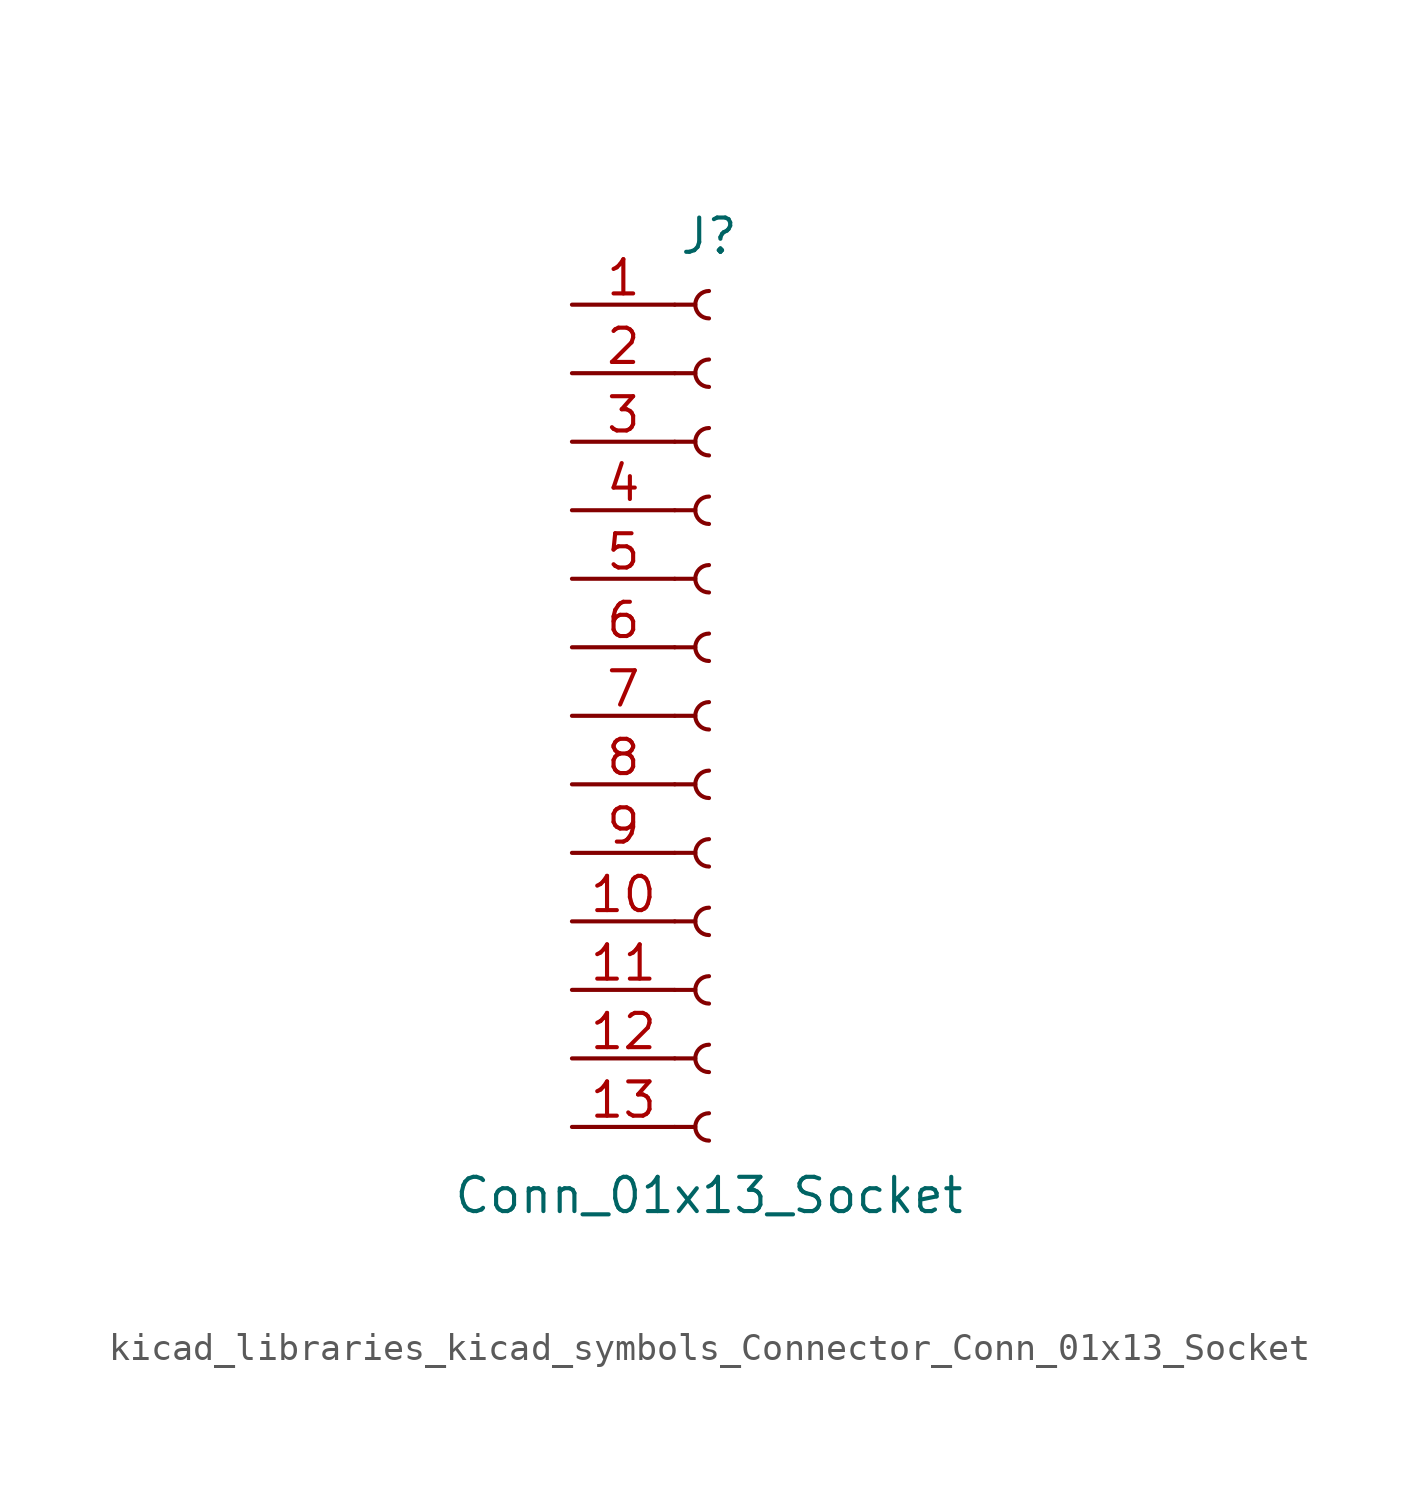
<source format=kicad_sym>
(kicad_symbol_lib
  (version 20220914)
  (generator kicad_symbol_editor)
  (symbol "kicad_libraries_kicad_symbols_Connector_Conn_01x13_Socket"
    (pin_names
      (offset 1.016) hide)
    (property "Reference" "J"
      (at 0 17.78 0)
      (effects (font (size 1.27 1.27))))
    (property "Value" "Conn_01x13_Socket"
      (at 0 -17.78 0)
      (effects (font (size 1.27 1.27))))
    (property "ki_locked" ""
      (at 0 0 0)
      (effects (font (size 1.27 1.27))))
    (symbol "kicad_libraries_kicad_symbols_Connector_Conn_01x13_Socket_1_1"
      (arc (start 0 -14.732) (mid -0.5058 -15.24) (end 0 -15.748) (stroke (width 0.1524) (type default)) (fill (type none)))
      (arc (start 0 -12.192) (mid -0.5058 -12.7) (end 0 -13.208) (stroke (width 0.1524) (type default)) (fill (type none)))
      (arc (start 0 -9.652) (mid -0.5058 -10.16) (end 0 -10.668) (stroke (width 0.1524) (type default)) (fill (type none)))
      (arc (start 0 -7.112) (mid -0.5058 -7.62) (end 0 -8.128) (stroke (width 0.1524) (type default)) (fill (type none)))
      (arc (start 0 -4.572) (mid -0.5058 -5.08) (end 0 -5.588) (stroke (width 0.1524) (type default)) (fill (type none)))
      (arc (start 0 -2.032) (mid -0.5058 -2.54) (end 0 -3.048) (stroke (width 0.1524) (type default)) (fill (type none)))
      (polyline (pts (xy -1.27 -15.24) (xy -0.508 -15.24)) (stroke (width 0.152) (type default)) (fill (type none)))
      (polyline (pts (xy -1.27 -12.7) (xy -0.508 -12.7)) (stroke (width 0.152) (type default)) (fill (type none)))
      (polyline (pts (xy -1.27 -10.16) (xy -0.508 -10.16)) (stroke (width 0.152) (type default)) (fill (type none)))
      (polyline (pts (xy -1.27 -7.62) (xy -0.508 -7.62)) (stroke (width 0.152) (type default)) (fill (type none)))
      (polyline (pts (xy -1.27 -5.08) (xy -0.508 -5.08)) (stroke (width 0.152) (type default)) (fill (type none)))
      (polyline (pts (xy -1.27 -2.54) (xy -0.508 -2.54)) (stroke (width 0.152) (type default)) (fill (type none)))
      (polyline (pts (xy -1.27 0) (xy -0.508 0)) (stroke (width 0.152) (type default)) (fill (type none)))
      (polyline (pts (xy -1.27 2.54) (xy -0.508 2.54)) (stroke (width 0.152) (type default)) (fill (type none)))
      (polyline (pts (xy -1.27 5.08) (xy -0.508 5.08)) (stroke (width 0.152) (type default)) (fill (type none)))
      (polyline (pts (xy -1.27 7.62) (xy -0.508 7.62)) (stroke (width 0.152) (type default)) (fill (type none)))
      (polyline (pts (xy -1.27 10.16) (xy -0.508 10.16)) (stroke (width 0.152) (type default)) (fill (type none)))
      (polyline (pts (xy -1.27 12.7) (xy -0.508 12.7)) (stroke (width 0.152) (type default)) (fill (type none)))
      (polyline (pts (xy -1.27 15.24) (xy -0.508 15.24)) (stroke (width 0.152) (type default)) (fill (type none)))
      (arc (start 0 0.508) (mid -0.5058 0) (end 0 -0.508) (stroke (width 0.1524) (type default)) (fill (type none)))
      (arc (start 0 3.048) (mid -0.5058 2.54) (end 0 2.032) (stroke (width 0.1524) (type default)) (fill (type none)))
      (arc (start 0 5.588) (mid -0.5058 5.08) (end 0 4.572) (stroke (width 0.1524) (type default)) (fill (type none)))
      (arc (start 0 8.128) (mid -0.5058 7.62) (end 0 7.112) (stroke (width 0.1524) (type default)) (fill (type none)))
      (arc (start 0 10.668) (mid -0.5058 10.16) (end 0 9.652) (stroke (width 0.1524) (type default)) (fill (type none)))
      (arc (start 0 13.208) (mid -0.5058 12.7) (end 0 12.192) (stroke (width 0.1524) (type default)) (fill (type none)))
      (arc (start 0 15.748) (mid -0.5058 15.24) (end 0 14.732) (stroke (width 0.1524) (type default)) (fill (type none)))
      (pin passive line (at -5.08 15.24 0) (length 3.81) (name "Pin_1" (effects (font (size 1.27 1.27)))) (number "1" (effects (font (size 1.27 1.27)))))
      (pin passive line (at -5.08 -7.62 0) (length 3.81) (name "Pin_10" (effects (font (size 1.27 1.27)))) (number "10" (effects (font (size 1.27 1.27)))))
      (pin passive line (at -5.08 -10.16 0) (length 3.81) (name "Pin_11" (effects (font (size 1.27 1.27)))) (number "11" (effects (font (size 1.27 1.27)))))
      (pin passive line (at -5.08 -12.7 0) (length 3.81) (name "Pin_12" (effects (font (size 1.27 1.27)))) (number "12" (effects (font (size 1.27 1.27)))))
      (pin passive line (at -5.08 -15.24 0) (length 3.81) (name "Pin_13" (effects (font (size 1.27 1.27)))) (number "13" (effects (font (size 1.27 1.27)))))
      (pin passive line (at -5.08 12.7 0) (length 3.81) (name "Pin_2" (effects (font (size 1.27 1.27)))) (number "2" (effects (font (size 1.27 1.27)))))
      (pin passive line (at -5.08 10.16 0) (length 3.81) (name "Pin_3" (effects (font (size 1.27 1.27)))) (number "3" (effects (font (size 1.27 1.27)))))
      (pin passive line (at -5.08 7.62 0) (length 3.81) (name "Pin_4" (effects (font (size 1.27 1.27)))) (number "4" (effects (font (size 1.27 1.27)))))
      (pin passive line (at -5.08 5.08 0) (length 3.81) (name "Pin_5" (effects (font (size 1.27 1.27)))) (number "5" (effects (font (size 1.27 1.27)))))
      (pin passive line (at -5.08 2.54 0) (length 3.81) (name "Pin_6" (effects (font (size 1.27 1.27)))) (number "6" (effects (font (size 1.27 1.27)))))
      (pin passive line (at -5.08 0 0) (length 3.81) (name "Pin_7" (effects (font (size 1.27 1.27)))) (number "7" (effects (font (size 1.27 1.27)))))
      (pin passive line (at -5.08 -2.54 0) (length 3.81) (name "Pin_8" (effects (font (size 1.27 1.27)))) (number "8" (effects (font (size 1.27 1.27)))))
      (pin passive line (at -5.08 -5.08 0) (length 3.81) (name "Pin_9" (effects (font (size 1.27 1.27)))) (number "9" (effects (font (size 1.27 1.27))))))))
</source>
